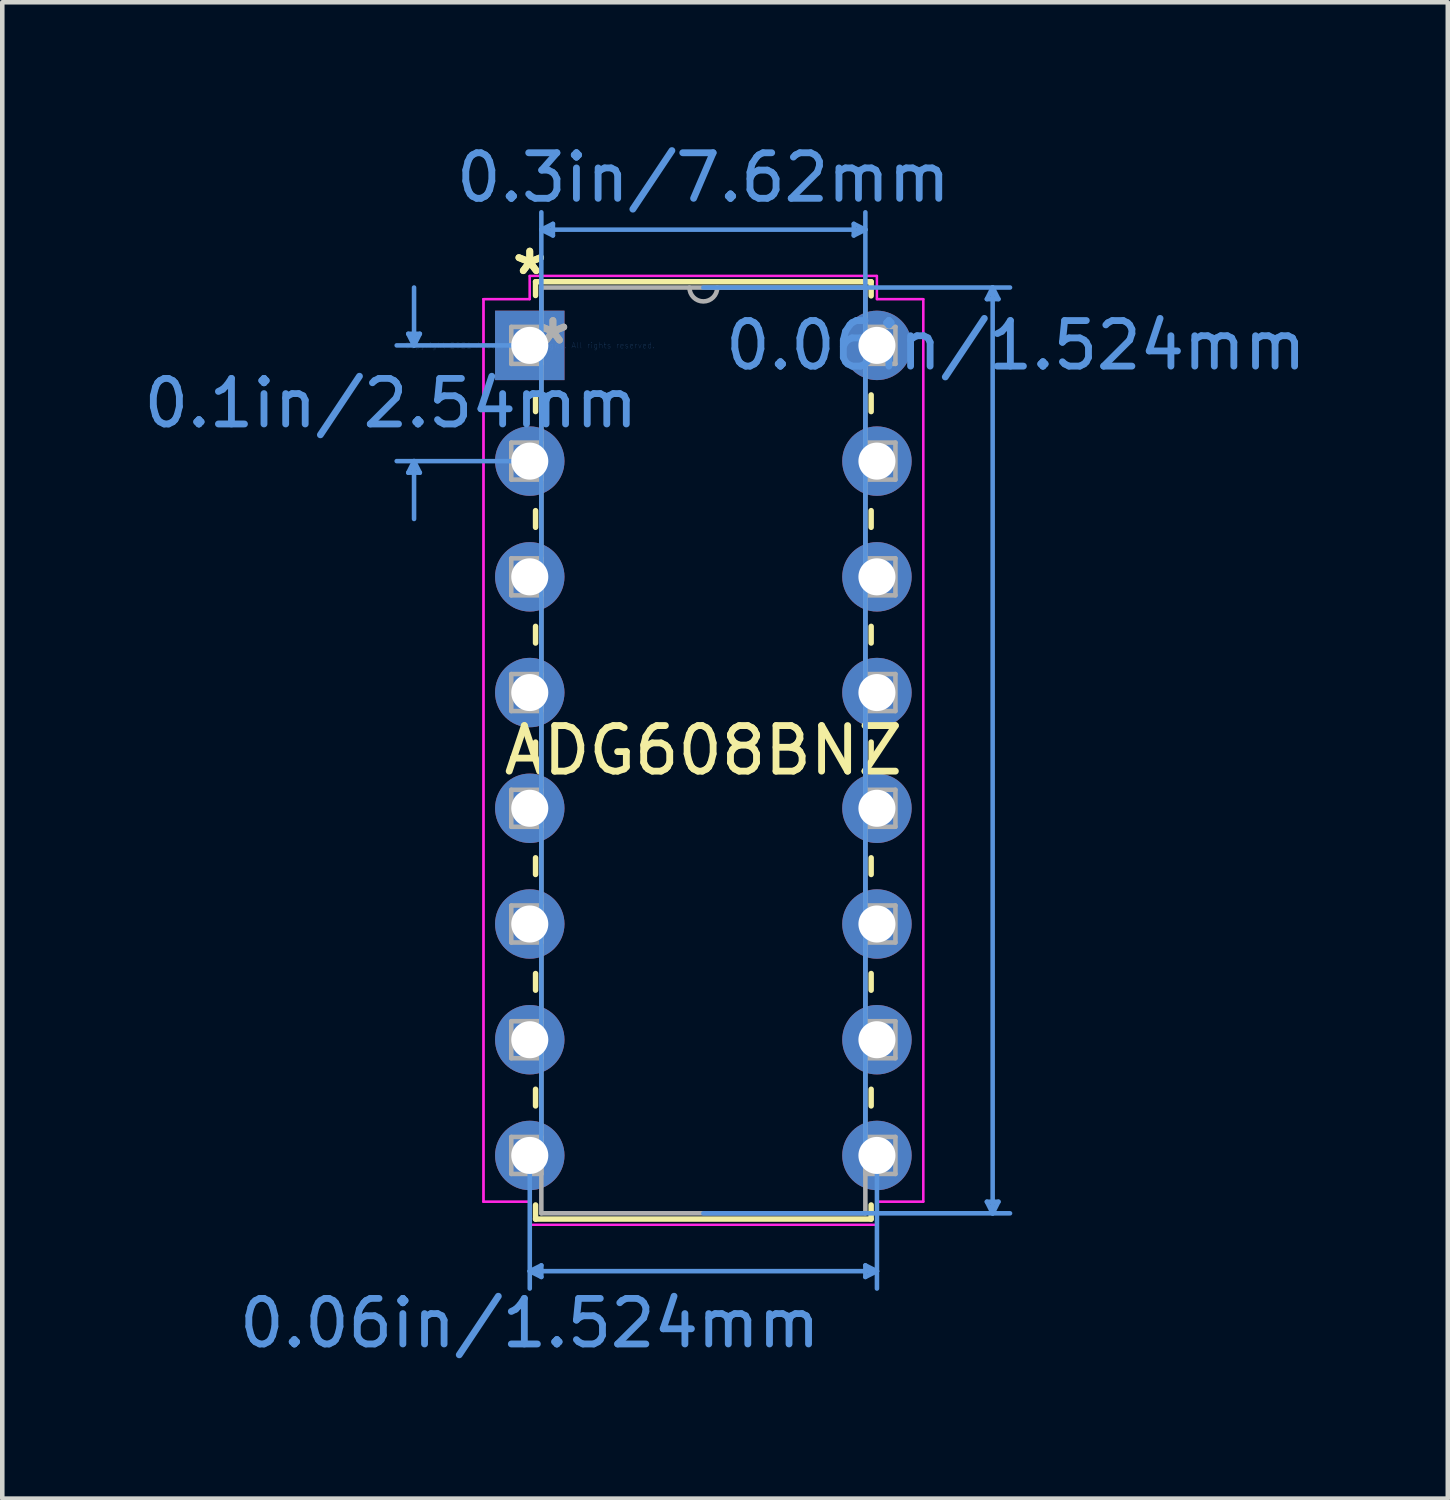
<source format=kicad_pcb>
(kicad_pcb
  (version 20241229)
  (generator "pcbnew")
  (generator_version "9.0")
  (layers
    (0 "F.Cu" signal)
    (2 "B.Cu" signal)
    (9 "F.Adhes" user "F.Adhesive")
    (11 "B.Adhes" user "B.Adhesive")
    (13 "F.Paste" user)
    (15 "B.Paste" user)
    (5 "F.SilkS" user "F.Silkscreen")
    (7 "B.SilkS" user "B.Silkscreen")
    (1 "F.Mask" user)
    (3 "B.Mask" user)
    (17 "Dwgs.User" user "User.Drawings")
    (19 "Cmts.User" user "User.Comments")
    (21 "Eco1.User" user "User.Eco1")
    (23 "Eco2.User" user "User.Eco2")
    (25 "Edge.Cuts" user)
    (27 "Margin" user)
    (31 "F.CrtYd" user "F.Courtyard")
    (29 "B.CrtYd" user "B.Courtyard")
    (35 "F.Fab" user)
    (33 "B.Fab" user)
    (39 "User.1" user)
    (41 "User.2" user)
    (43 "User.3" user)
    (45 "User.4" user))
  (footprint "ADG608BNZ"
    (layer "F.Cu")
    (at 8.578 4.531)
    (property "Reference" "ADG608BNZ" (at 3.81 8.89 0) (layer "F.SilkS") (effects (font (size 1 1) (thickness 0.15))))
    (attr through_hole)
    (fp_line (start 0.127 -1.397) (end 0.127 -1.095) (stroke (width 0.12) (type solid)) (layer "F.SilkS"))
    (fp_line (start 0.127 1.095) (end 0.127 1.453) (stroke (width 0.12) (type solid)) (layer "F.SilkS"))
    (fp_line (start 0.127 3.627) (end 0.127 3.993) (stroke (width 0.12) (type solid)) (layer "F.SilkS"))
    (fp_line (start 0.127 6.167) (end 0.127 6.533) (stroke (width 0.12) (type solid)) (layer "F.SilkS"))
    (fp_line (start 0.127 8.707) (end 0.127 9.073) (stroke (width 0.12) (type solid)) (layer "F.SilkS"))
    (fp_line (start 0.127 11.247) (end 0.127 11.613) (stroke (width 0.12) (type solid)) (layer "F.SilkS"))
    (fp_line (start 0.127 13.787) (end 0.127 14.153) (stroke (width 0.12) (type solid)) (layer "F.SilkS"))
    (fp_line (start 0.127 16.327) (end 0.127 16.693) (stroke (width 0.12) (type solid)) (layer "F.SilkS"))
    (fp_line (start 0.127 18.867) (end 0.127 19.177) (stroke (width 0.12) (type solid)) (layer "F.SilkS"))
    (fp_line (start 0.127 19.177) (end 7.493 19.177) (stroke (width 0.12) (type solid)) (layer "F.SilkS"))
    (fp_line (start 7.493 -1.397) (end 0.127 -1.397) (stroke (width 0.12) (type solid)) (layer "F.SilkS"))
    (fp_line (start 7.493 -1.087) (end 7.493 -1.397) (stroke (width 0.12) (type solid)) (layer "F.SilkS"))
    (fp_line (start 7.493 1.453) (end 7.493 1.087) (stroke (width 0.12) (type solid)) (layer "F.SilkS"))
    (fp_line (start 7.493 3.993) (end 7.493 3.627) (stroke (width 0.12) (type solid)) (layer "F.SilkS"))
    (fp_line (start 7.493 6.533) (end 7.493 6.167) (stroke (width 0.12) (type solid)) (layer "F.SilkS"))
    (fp_line (start 7.493 9.073) (end 7.493 8.707) (stroke (width 0.12) (type solid)) (layer "F.SilkS"))
    (fp_line (start 7.493 11.613) (end 7.493 11.247) (stroke (width 0.12) (type solid)) (layer "F.SilkS"))
    (fp_line (start 7.493 14.153) (end 7.493 13.787) (stroke (width 0.12) (type solid)) (layer "F.SilkS"))
    (fp_line (start 7.493 16.693) (end 7.493 16.327) (stroke (width 0.12) (type solid)) (layer "F.SilkS"))
    (fp_line (start 7.493 19.177) (end 7.493 18.867) (stroke (width 0.12) (type solid)) (layer "F.SilkS"))
    (fp_line (start -2.667 -0.254) (end -2.413 -0.254) (stroke (width 0.1) (type solid)) (layer "Cmts.User"))
    (fp_line (start -2.667 2.794) (end -2.413 2.794) (stroke (width 0.1) (type solid)) (layer "Cmts.User"))
    (fp_line (start -2.54 0) (end -2.667 -0.254) (stroke (width 0.1) (type solid)) (layer "Cmts.User"))
    (fp_line (start -2.54 0) (end -2.54 -1.27) (stroke (width 0.1) (type solid)) (layer "Cmts.User"))
    (fp_line (start -2.54 0) (end -2.413 -0.254) (stroke (width 0.1) (type solid)) (layer "Cmts.User"))
    (fp_line (start -2.54 2.54) (end -2.667 2.794) (stroke (width 0.1) (type solid)) (layer "Cmts.User"))
    (fp_line (start -2.54 2.54) (end -2.54 3.81) (stroke (width 0.1) (type solid)) (layer "Cmts.User"))
    (fp_line (start -2.54 2.54) (end -2.413 2.794) (stroke (width 0.1) (type solid)) (layer "Cmts.User"))
    (fp_line (start 0 0) (end -2.921 0) (stroke (width 0.1) (type solid)) (layer "Cmts.User"))
    (fp_line (start 0 2.54) (end -2.921 2.54) (stroke (width 0.1) (type solid)) (layer "Cmts.User"))
    (fp_line (start 0 17.78) (end 0 20.701) (stroke (width 0.1) (type solid)) (layer "Cmts.User"))
    (fp_line (start 0 20.32) (end 0.254 20.193) (stroke (width 0.1) (type solid)) (layer "Cmts.User"))
    (fp_line (start 0 20.32) (end 0.254 20.447) (stroke (width 0.1) (type solid)) (layer "Cmts.User"))
    (fp_line (start 0 20.32) (end 7.62 20.32) (stroke (width 0.1) (type solid)) (layer "Cmts.User"))
    (fp_line (start 0.254 -2.54) (end 0.508 -2.667) (stroke (width 0.1) (type solid)) (layer "Cmts.User"))
    (fp_line (start 0.254 -2.54) (end 0.508 -2.413) (stroke (width 0.1) (type solid)) (layer "Cmts.User"))
    (fp_line (start 0.254 -2.54) (end 7.366 -2.54) (stroke (width 0.1) (type solid)) (layer "Cmts.User"))
    (fp_line (start 0.254 17.78) (end 0.254 -2.921) (stroke (width 0.1) (type solid)) (layer "Cmts.User"))
    (fp_line (start 0.254 20.193) (end 0.254 20.447) (stroke (width 0.1) (type solid)) (layer "Cmts.User"))
    (fp_line (start 0.508 -2.667) (end 0.508 -2.413) (stroke (width 0.1) (type solid)) (layer "Cmts.User"))
    (fp_line (start 3.81 -1.27) (end 10.541 -1.27) (stroke (width 0.1) (type solid)) (layer "Cmts.User"))
    (fp_line (start 3.81 19.05) (end 10.541 19.05) (stroke (width 0.1) (type solid)) (layer "Cmts.User"))
    (fp_line (start 7.112 -2.667) (end 7.112 -2.413) (stroke (width 0.1) (type solid)) (layer "Cmts.User"))
    (fp_line (start 7.366 -2.54) (end 7.112 -2.667) (stroke (width 0.1) (type solid)) (layer "Cmts.User"))
    (fp_line (start 7.366 -2.54) (end 7.112 -2.413) (stroke (width 0.1) (type solid)) (layer "Cmts.User"))
    (fp_line (start 7.366 17.78) (end 7.366 -2.921) (stroke (width 0.1) (type solid)) (layer "Cmts.User"))
    (fp_line (start 7.366 20.193) (end 7.366 20.447) (stroke (width 0.1) (type solid)) (layer "Cmts.User"))
    (fp_line (start 7.62 17.78) (end 7.62 20.701) (stroke (width 0.1) (type solid)) (layer "Cmts.User"))
    (fp_line (start 7.62 20.32) (end 7.366 20.193) (stroke (width 0.1) (type solid)) (layer "Cmts.User"))
    (fp_line (start 7.62 20.32) (end 7.366 20.447) (stroke (width 0.1) (type solid)) (layer "Cmts.User"))
    (fp_line (start 10.033 -1.016) (end 10.287 -1.016) (stroke (width 0.1) (type solid)) (layer "Cmts.User"))
    (fp_line (start 10.033 18.796) (end 10.287 18.796) (stroke (width 0.1) (type solid)) (layer "Cmts.User"))
    (fp_line (start 10.16 -1.27) (end 10.033 -1.016) (stroke (width 0.1) (type solid)) (layer "Cmts.User"))
    (fp_line (start 10.16 -1.27) (end 10.16 19.05) (stroke (width 0.1) (type solid)) (layer "Cmts.User"))
    (fp_line (start 10.16 -1.27) (end 10.287 -1.016) (stroke (width 0.1) (type solid)) (layer "Cmts.User"))
    (fp_line (start 10.16 19.05) (end 10.033 18.796) (stroke (width 0.1) (type solid)) (layer "Cmts.User"))
    (fp_line (start 10.16 19.05) (end 10.287 18.796) (stroke (width 0.1) (type solid)) (layer "Cmts.User"))
    (fp_line (start -1.016 -1.016) (end -1.016 18.796) (stroke (width 0.05) (type solid)) (layer "F.CrtYd"))
    (fp_line (start -1.016 -1.016) (end 0 -1.016) (stroke (width 0.05) (type solid)) (layer "F.CrtYd"))
    (fp_line (start -1.016 18.796) (end -1.016 -1.016) (stroke (width 0.05) (type solid)) (layer "F.CrtYd"))
    (fp_line (start -1.016 18.796) (end 0 18.796) (stroke (width 0.05) (type solid)) (layer "F.CrtYd"))
    (fp_line (start 0 -1.524) (end 0 -1.016) (stroke (width 0.05) (type solid)) (layer "F.CrtYd"))
    (fp_line (start 0 -1.524) (end 7.62 -1.524) (stroke (width 0.05) (type solid)) (layer "F.CrtYd"))
    (fp_line (start 0 -1.016) (end -1.016 -1.016) (stroke (width 0.05) (type solid)) (layer "F.CrtYd"))
    (fp_line (start 0 -1.016) (end 0 -1.524) (stroke (width 0.05) (type solid)) (layer "F.CrtYd"))
    (fp_line (start 0 18.796) (end -1.016 18.796) (stroke (width 0.05) (type solid)) (layer "F.CrtYd"))
    (fp_line (start 0 18.796) (end 0 19.304) (stroke (width 0.05) (type solid)) (layer "F.CrtYd"))
    (fp_line (start 0 19.304) (end 0 18.796) (stroke (width 0.05) (type solid)) (layer "F.CrtYd"))
    (fp_line (start 0 19.304) (end 7.62 19.304) (stroke (width 0.05) (type solid)) (layer "F.CrtYd"))
    (fp_line (start 7.62 -1.524) (end 0 -1.524) (stroke (width 0.05) (type solid)) (layer "F.CrtYd"))
    (fp_line (start 7.62 -1.524) (end 7.62 -1.016) (stroke (width 0.05) (type solid)) (layer "F.CrtYd"))
    (fp_line (start 7.62 -1.016) (end 7.62 -1.524) (stroke (width 0.05) (type solid)) (layer "F.CrtYd"))
    (fp_line (start 7.62 18.796) (end 7.62 19.304) (stroke (width 0.05) (type solid)) (layer "F.CrtYd"))
    (fp_line (start 7.62 18.796) (end 8.636 18.796) (stroke (width 0.05) (type solid)) (layer "F.CrtYd"))
    (fp_line (start 7.62 19.304) (end 0 19.304) (stroke (width 0.05) (type solid)) (layer "F.CrtYd"))
    (fp_line (start 7.62 19.304) (end 7.62 18.796) (stroke (width 0.05) (type solid)) (layer "F.CrtYd"))
    (fp_line (start 8.636 -1.016) (end 7.62 -1.016) (stroke (width 0.05) (type solid)) (layer "F.CrtYd"))
    (fp_line (start 8.636 -1.016) (end 7.62 -1.016) (stroke (width 0.05) (type solid)) (layer "F.CrtYd"))
    (fp_line (start 8.636 -1.016) (end 8.636 18.796) (stroke (width 0.05) (type solid)) (layer "F.CrtYd"))
    (fp_line (start 8.636 18.796) (end 7.62 18.796) (stroke (width 0.05) (type solid)) (layer "F.CrtYd"))
    (fp_line (start 8.636 18.796) (end 8.636 -1.016) (stroke (width 0.05) (type solid)) (layer "F.CrtYd"))
    (fp_line (start -0.406 -0.406) (end -0.406 0.406) (stroke (width 0.1) (type solid)) (layer "F.Fab"))
    (fp_line (start -0.406 0.406) (end 0.254 0.406) (stroke (width 0.1) (type solid)) (layer "F.Fab"))
    (fp_line (start -0.406 2.134) (end -0.406 2.946) (stroke (width 0.1) (type solid)) (layer "F.Fab"))
    (fp_line (start -0.406 2.946) (end 0.254 2.946) (stroke (width 0.1) (type solid)) (layer "F.Fab"))
    (fp_line (start -0.406 4.674) (end -0.406 5.486) (stroke (width 0.1) (type solid)) (layer "F.Fab"))
    (fp_line (start -0.406 5.486) (end 0.254 5.486) (stroke (width 0.1) (type solid)) (layer "F.Fab"))
    (fp_line (start -0.406 7.214) (end -0.406 8.026) (stroke (width 0.1) (type solid)) (layer "F.Fab"))
    (fp_line (start -0.406 8.026) (end 0.254 8.026) (stroke (width 0.1) (type solid)) (layer "F.Fab"))
    (fp_line (start -0.406 9.754) (end -0.406 10.566) (stroke (width 0.1) (type solid)) (layer "F.Fab"))
    (fp_line (start -0.406 10.566) (end 0.254 10.566) (stroke (width 0.1) (type solid)) (layer "F.Fab"))
    (fp_line (start -0.406 12.294) (end -0.406 13.106) (stroke (width 0.1) (type solid)) (layer "F.Fab"))
    (fp_line (start -0.406 13.106) (end 0.254 13.106) (stroke (width 0.1) (type solid)) (layer "F.Fab"))
    (fp_line (start -0.406 14.834) (end -0.406 15.646) (stroke (width 0.1) (type solid)) (layer "F.Fab"))
    (fp_line (start -0.406 15.646) (end 0.254 15.646) (stroke (width 0.1) (type solid)) (layer "F.Fab"))
    (fp_line (start -0.406 17.374) (end -0.406 18.186) (stroke (width 0.1) (type solid)) (layer "F.Fab"))
    (fp_line (start -0.406 18.186) (end 0.254 18.186) (stroke (width 0.1) (type solid)) (layer "F.Fab"))
    (fp_line (start 0.254 -1.27) (end 0.254 19.05) (stroke (width 0.1) (type solid)) (layer "F.Fab"))
    (fp_line (start 0.254 -0.406) (end -0.406 -0.406) (stroke (width 0.1) (type solid)) (layer "F.Fab"))
    (fp_line (start 0.254 0.406) (end 0.254 -0.406) (stroke (width 0.1) (type solid)) (layer "F.Fab"))
    (fp_line (start 0.254 2.134) (end -0.406 2.134) (stroke (width 0.1) (type solid)) (layer "F.Fab"))
    (fp_line (start 0.254 2.946) (end 0.254 2.134) (stroke (width 0.1) (type solid)) (layer "F.Fab"))
    (fp_line (start 0.254 4.674) (end -0.406 4.674) (stroke (width 0.1) (type solid)) (layer "F.Fab"))
    (fp_line (start 0.254 5.486) (end 0.254 4.674) (stroke (width 0.1) (type solid)) (layer "F.Fab"))
    (fp_line (start 0.254 7.214) (end -0.406 7.214) (stroke (width 0.1) (type solid)) (layer "F.Fab"))
    (fp_line (start 0.254 8.026) (end 0.254 7.214) (stroke (width 0.1) (type solid)) (layer "F.Fab"))
    (fp_line (start 0.254 9.754) (end -0.406 9.754) (stroke (width 0.1) (type solid)) (layer "F.Fab"))
    (fp_line (start 0.254 10.566) (end 0.254 9.754) (stroke (width 0.1) (type solid)) (layer "F.Fab"))
    (fp_line (start 0.254 12.294) (end -0.406 12.294) (stroke (width 0.1) (type solid)) (layer "F.Fab"))
    (fp_line (start 0.254 13.106) (end 0.254 12.294) (stroke (width 0.1) (type solid)) (layer "F.Fab"))
    (fp_line (start 0.254 14.834) (end -0.406 14.834) (stroke (width 0.1) (type solid)) (layer "F.Fab"))
    (fp_line (start 0.254 15.646) (end 0.254 14.834) (stroke (width 0.1) (type solid)) (layer "F.Fab"))
    (fp_line (start 0.254 17.374) (end -0.406 17.374) (stroke (width 0.1) (type solid)) (layer "F.Fab"))
    (fp_line (start 0.254 18.186) (end 0.254 17.374) (stroke (width 0.1) (type solid)) (layer "F.Fab"))
    (fp_line (start 0.254 19.05) (end 7.366 19.05) (stroke (width 0.1) (type solid)) (layer "F.Fab"))
    (fp_line (start 7.366 -1.27) (end 0.254 -1.27) (stroke (width 0.1) (type solid)) (layer "F.Fab"))
    (fp_line (start 7.366 -0.406) (end 7.366 0.406) (stroke (width 0.1) (type solid)) (layer "F.Fab"))
    (fp_line (start 7.366 0.406) (end 8.026 0.406) (stroke (width 0.1) (type solid)) (layer "F.Fab"))
    (fp_line (start 7.366 2.134) (end 7.366 2.946) (stroke (width 0.1) (type solid)) (layer "F.Fab"))
    (fp_line (start 7.366 2.946) (end 8.026 2.946) (stroke (width 0.1) (type solid)) (layer "F.Fab"))
    (fp_line (start 7.366 4.674) (end 7.366 5.486) (stroke (width 0.1) (type solid)) (layer "F.Fab"))
    (fp_line (start 7.366 5.486) (end 8.026 5.486) (stroke (width 0.1) (type solid)) (layer "F.Fab"))
    (fp_line (start 7.366 7.214) (end 7.366 8.026) (stroke (width 0.1) (type solid)) (layer "F.Fab"))
    (fp_line (start 7.366 8.026) (end 8.026 8.026) (stroke (width 0.1) (type solid)) (layer "F.Fab"))
    (fp_line (start 7.366 9.754) (end 7.366 10.566) (stroke (width 0.1) (type solid)) (layer "F.Fab"))
    (fp_line (start 7.366 10.566) (end 8.026 10.566) (stroke (width 0.1) (type solid)) (layer "F.Fab"))
    (fp_line (start 7.366 12.294) (end 7.366 13.106) (stroke (width 0.1) (type solid)) (layer "F.Fab"))
    (fp_line (start 7.366 13.106) (end 8.026 13.106) (stroke (width 0.1) (type solid)) (layer "F.Fab"))
    (fp_line (start 7.366 14.834) (end 7.366 15.646) (stroke (width 0.1) (type solid)) (layer "F.Fab"))
    (fp_line (start 7.366 15.646) (end 8.026 15.646) (stroke (width 0.1) (type solid)) (layer "F.Fab"))
    (fp_line (start 7.366 17.374) (end 7.366 18.186) (stroke (width 0.1) (type solid)) (layer "F.Fab"))
    (fp_line (start 7.366 18.186) (end 8.026 18.186) (stroke (width 0.1) (type solid)) (layer "F.Fab"))
    (fp_line (start 7.366 19.05) (end 7.366 -1.27) (stroke (width 0.1) (type solid)) (layer "F.Fab"))
    (fp_line (start 8.026 -0.406) (end 7.366 -0.406) (stroke (width 0.1) (type solid)) (layer "F.Fab"))
    (fp_line (start 8.026 0.406) (end 8.026 -0.406) (stroke (width 0.1) (type solid)) (layer "F.Fab"))
    (fp_line (start 8.026 2.134) (end 7.366 2.134) (stroke (width 0.1) (type solid)) (layer "F.Fab"))
    (fp_line (start 8.026 2.946) (end 8.026 2.134) (stroke (width 0.1) (type solid)) (layer "F.Fab"))
    (fp_line (start 8.026 4.674) (end 7.366 4.674) (stroke (width 0.1) (type solid)) (layer "F.Fab"))
    (fp_line (start 8.026 5.486) (end 8.026 4.674) (stroke (width 0.1) (type solid)) (layer "F.Fab"))
    (fp_line (start 8.026 7.214) (end 7.366 7.214) (stroke (width 0.1) (type solid)) (layer "F.Fab"))
    (fp_line (start 8.026 8.026) (end 8.026 7.214) (stroke (width 0.1) (type solid)) (layer "F.Fab"))
    (fp_line (start 8.026 9.754) (end 7.366 9.754) (stroke (width 0.1) (type solid)) (layer "F.Fab"))
    (fp_line (start 8.026 10.566) (end 8.026 9.754) (stroke (width 0.1) (type solid)) (layer "F.Fab"))
    (fp_line (start 8.026 12.294) (end 7.366 12.294) (stroke (width 0.1) (type solid)) (layer "F.Fab"))
    (fp_line (start 8.026 13.106) (end 8.026 12.294) (stroke (width 0.1) (type solid)) (layer "F.Fab"))
    (fp_line (start 8.026 14.834) (end 7.366 14.834) (stroke (width 0.1) (type solid)) (layer "F.Fab"))
    (fp_line (start 8.026 15.646) (end 8.026 14.834) (stroke (width 0.1) (type solid)) (layer "F.Fab"))
    (fp_line (start 8.026 17.374) (end 7.366 17.374) (stroke (width 0.1) (type solid)) (layer "F.Fab"))
    (fp_line (start 8.026 18.186) (end 8.026 17.374) (stroke (width 0.1) (type solid)) (layer "F.Fab"))
    (fp_arc (start 4.1148 -1.27) (mid 3.81 -0.9652) (end 3.5052 -1.27) (stroke (width 0.1) (type solid)) (layer "F.Fab"))
    (fp_text user "*" (at 0 -1.524 0) (layer "F.SilkS") (effects (font (size 1 1) (thickness 0.15))))
    (fp_text user "*" (at 0 -1.524 0) (layer "F.SilkS") (effects (font (size 1 1) (thickness 0.15))))
    (fp_text user "0.1in/2.54mm" (at -3.048 1.27 0) (layer "Cmts.User") (effects (font (size 1 1) (thickness 0.15))))
    (fp_text user "0.3in/7.62mm" (at 3.81 -3.683 0) (layer "Cmts.User") (effects (font (size 1 1) (thickness 0.15))))
    (fp_text user "Copyright 2021 Accelerated Designs. All rights reserved." (at 0 0 0) (layer "Cmts.User") (effects (font (size 0.127 0.127) (thickness 0.002))))
    (fp_text user "0.06in/1.524mm" (at 0 21.463 0) (layer "Cmts.User") (effects (font (size 1 1) (thickness 0.15))))
    (fp_text user "0.06in/1.524mm" (at 10.668 0 0) (layer "Cmts.User") (effects (font (size 1 1) (thickness 0.15))))
    (fp_text user "*" (at 0.508 0 0) (layer "F.Fab") (effects (font (size 1 1) (thickness 0.15))))
    (fp_text user "*" (at 0.508 0 0) (layer "F.Fab") (effects (font (size 1 1) (thickness 0.15))))
    (pad "1" thru_hole rect (at 0 0) (size 1.524 1.524) (drill 0.813) (layers "*.Cu" "*.Mask"))
    (pad "2" thru_hole circle (at 0 2.54) (size 1.524 1.524) (drill 0.813) (layers "*.Cu" "*.Mask"))
    (pad "3" thru_hole circle (at 0 5.08) (size 1.524 1.524) (drill 0.813) (layers "*.Cu" "*.Mask"))
    (pad "4" thru_hole circle (at 0 7.62) (size 1.524 1.524) (drill 0.813) (layers "*.Cu" "*.Mask"))
    (pad "5" thru_hole circle (at 0 10.16) (size 1.524 1.524) (drill 0.813) (layers "*.Cu" "*.Mask"))
    (pad "6" thru_hole circle (at 0 12.7) (size 1.524 1.524) (drill 0.813) (layers "*.Cu" "*.Mask"))
    (pad "7" thru_hole circle (at 0 15.24) (size 1.524 1.524) (drill 0.813) (layers "*.Cu" "*.Mask"))
    (pad "8" thru_hole circle (at 0 17.78) (size 1.524 1.524) (drill 0.813) (layers "*.Cu" "*.Mask"))
    (pad "9" thru_hole circle (at 7.62 17.78) (size 1.524 1.524) (drill 0.813) (layers "*.Cu" "*.Mask"))
    (pad "10" thru_hole circle (at 7.62 15.24) (size 1.524 1.524) (drill 0.813) (layers "*.Cu" "*.Mask"))
    (pad "11" thru_hole circle (at 7.62 12.7) (size 1.524 1.524) (drill 0.813) (layers "*.Cu" "*.Mask"))
    (pad "12" thru_hole circle (at 7.62 10.16) (size 1.524 1.524) (drill 0.813) (layers "*.Cu" "*.Mask"))
    (pad "13" thru_hole circle (at 7.62 7.62) (size 1.524 1.524) (drill 0.813) (layers "*.Cu" "*.Mask"))
    (pad "14" thru_hole circle (at 7.62 5.08) (size 1.524 1.524) (drill 0.813) (layers "*.Cu" "*.Mask"))
    (pad "15" thru_hole circle (at 7.62 2.54) (size 1.524 1.524) (drill 0.813) (layers "*.Cu" "*.Mask"))
    (pad "16" thru_hole circle (at 7.62 0) (size 1.524 1.524) (drill 0.813) (layers "*.Cu" "*.Mask")))
  (gr_rect
    (start -3 -3)
    (end 28.728 29.843)
    (stroke (width 0.1) (type default))
    (fill no)
    (layer "Edge.Cuts")))
</source>
